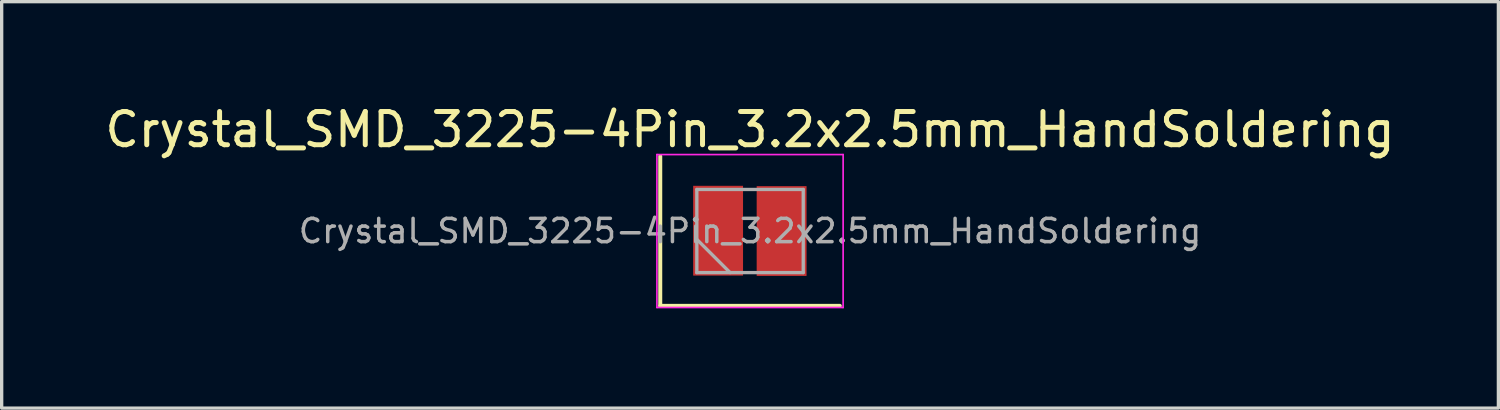
<source format=kicad_pcb>
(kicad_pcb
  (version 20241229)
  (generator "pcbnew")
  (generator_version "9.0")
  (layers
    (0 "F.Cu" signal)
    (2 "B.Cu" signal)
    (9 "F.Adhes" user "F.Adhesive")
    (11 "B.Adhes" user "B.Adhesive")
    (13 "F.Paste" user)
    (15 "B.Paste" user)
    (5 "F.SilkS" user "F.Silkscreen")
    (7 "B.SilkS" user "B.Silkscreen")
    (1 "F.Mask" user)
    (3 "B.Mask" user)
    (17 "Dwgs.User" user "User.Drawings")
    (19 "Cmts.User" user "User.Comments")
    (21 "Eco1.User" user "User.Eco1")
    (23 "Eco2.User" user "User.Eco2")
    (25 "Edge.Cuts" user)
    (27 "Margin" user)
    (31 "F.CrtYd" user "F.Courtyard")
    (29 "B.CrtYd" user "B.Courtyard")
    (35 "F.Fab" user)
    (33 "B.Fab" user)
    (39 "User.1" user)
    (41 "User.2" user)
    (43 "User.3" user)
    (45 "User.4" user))
  (footprint "Crystal_SMD_3225-4Pin_3.2x2.5mm_HandSoldering"
    (layer "F.Cu")
    (at 19.506 3.898)
    (property "Reference" "Crystal_SMD_3225-4Pin_3.2x2.5mm_HandSoldering" (at 0 -3.05 0) (layer "F.SilkS") (effects (font (size 1 1) (thickness 0.15))))
    (attr smd)
    (fp_line (start -2.7 -2.25) (end -2.7 2.25) (stroke (width 0.12) (type solid)) (layer "F.SilkS"))
    (fp_line (start -2.7 2.25) (end 2.7 2.25) (stroke (width 0.12) (type solid)) (layer "F.SilkS"))
    (fp_line (start -2.8 -2.3) (end -2.8 2.3) (stroke (width 0.05) (type solid)) (layer "F.CrtYd"))
    (fp_line (start -2.8 2.3) (end 2.8 2.3) (stroke (width 0.05) (type solid)) (layer "F.CrtYd"))
    (fp_line (start 2.8 -2.3) (end -2.8 -2.3) (stroke (width 0.05) (type solid)) (layer "F.CrtYd"))
    (fp_line (start 2.8 2.3) (end 2.8 -2.3) (stroke (width 0.05) (type solid)) (layer "F.CrtYd"))
    (fp_line (start -1.6 -1.25) (end -1.6 1.25) (stroke (width 0.1) (type solid)) (layer "F.Fab"))
    (fp_line (start -1.6 0.25) (end -0.6 1.25) (stroke (width 0.1) (type solid)) (layer "F.Fab"))
    (fp_line (start -1.6 1.25) (end 1.6 1.25) (stroke (width 0.1) (type solid)) (layer "F.Fab"))
    (fp_line (start 1.6 -1.25) (end -1.6 -1.25) (stroke (width 0.1) (type solid)) (layer "F.Fab"))
    (fp_line (start 1.6 1.25) (end 1.6 -1.25) (stroke (width 0.1) (type solid)) (layer "F.Fab"))
    (fp_text user "${REFERENCE}" (at 0 0 0) (layer "F.Fab") (effects (font (size 0.7 0.7) (thickness 0.105))))
    (pad "1" smd rect (at -0.96 -0.01) (size 1.5 2.7) (layers "F.Cu" "F.Mask" "F.Paste"))
    (pad "2" smd rect (at 0.95 0) (size 1.5 2.7) (layers "F.Cu" "F.Mask" "F.Paste")))
  (gr_rect
    (start -3 -3)
    (end 42.012 9.223)
    (stroke (width 0.1) (type default))
    (fill no)
    (layer "Edge.Cuts")))
</source>
